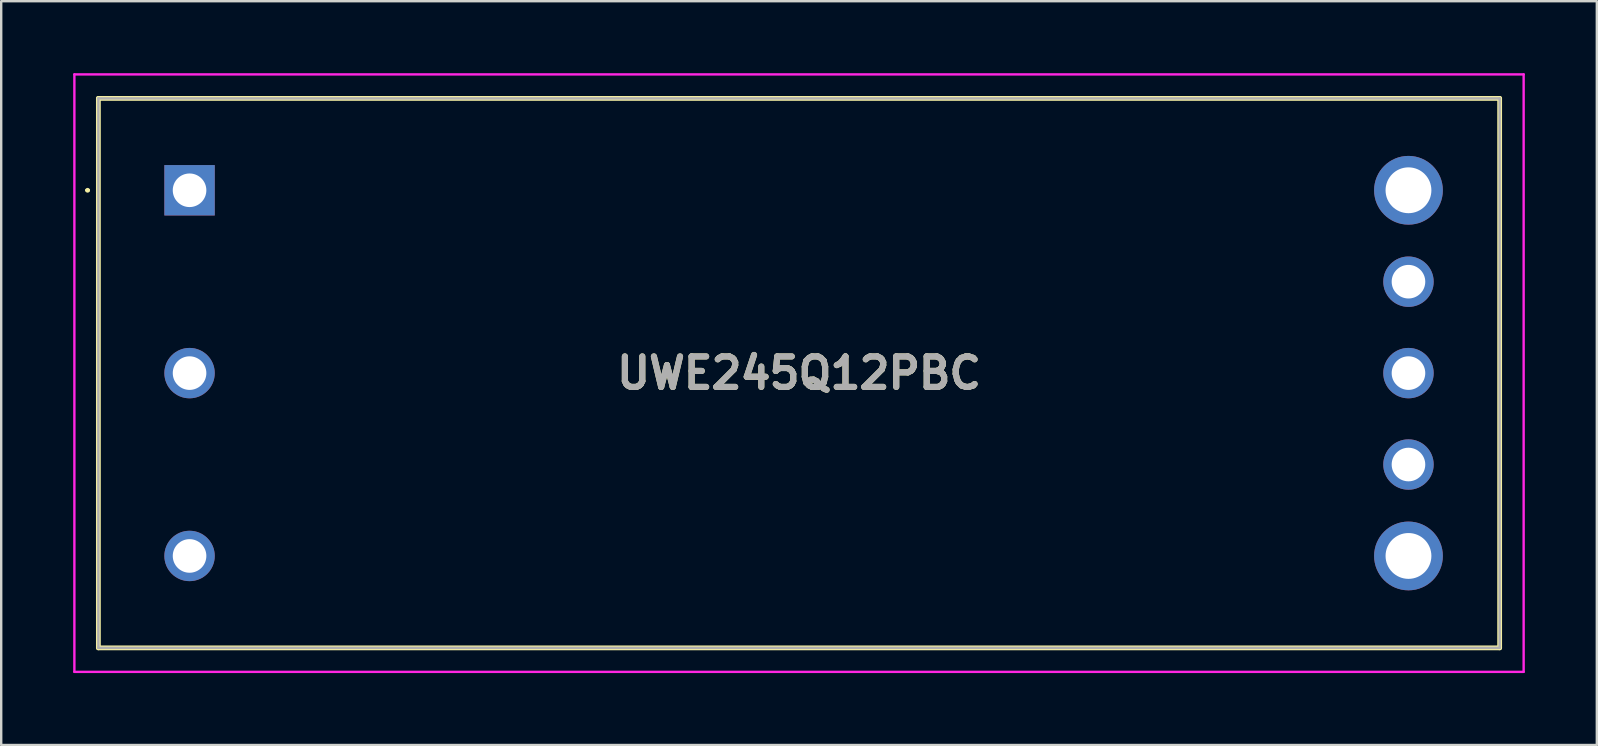
<source format=kicad_pcb>
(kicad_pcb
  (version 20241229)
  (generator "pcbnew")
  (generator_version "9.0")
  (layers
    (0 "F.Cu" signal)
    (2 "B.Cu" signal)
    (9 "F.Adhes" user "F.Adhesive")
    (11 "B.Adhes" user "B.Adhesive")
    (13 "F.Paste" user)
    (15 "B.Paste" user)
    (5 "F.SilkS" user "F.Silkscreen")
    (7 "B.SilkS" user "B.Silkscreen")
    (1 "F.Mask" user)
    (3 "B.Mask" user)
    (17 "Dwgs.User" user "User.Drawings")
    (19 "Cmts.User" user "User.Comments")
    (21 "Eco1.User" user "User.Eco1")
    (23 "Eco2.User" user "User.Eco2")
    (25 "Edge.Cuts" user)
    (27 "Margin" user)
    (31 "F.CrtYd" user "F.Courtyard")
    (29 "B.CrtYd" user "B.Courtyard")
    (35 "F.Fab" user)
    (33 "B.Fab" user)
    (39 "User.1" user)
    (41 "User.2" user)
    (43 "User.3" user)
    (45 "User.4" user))
  (footprint "UWE245Q12PBC"
    (layer "F.Cu")
    (at 4.85 4.88)
    (property "Reference" "UWE245Q12PBC" (at 25.4 7.62 0) (layer "F.SilkS") (effects (font (size 1.27 1.27) (thickness 0.254))))
    (attr through_hole)
    (fp_line (start -4.3 0) (end -4.3 0) (stroke (width 0.1) (type solid)) (layer "F.SilkS"))
    (fp_line (start -4.2 0) (end -4.2 0) (stroke (width 0.1) (type solid)) (layer "F.SilkS"))
    (fp_line (start -3.8 -3.83) (end 54.6 -3.83) (stroke (width 0.2) (type solid)) (layer "F.SilkS"))
    (fp_line (start -3.8 19.07) (end -3.8 -3.83) (stroke (width 0.2) (type solid)) (layer "F.SilkS"))
    (fp_line (start 54.6 -3.83) (end 54.6 19.07) (stroke (width 0.2) (type solid)) (layer "F.SilkS"))
    (fp_line (start 54.6 19.07) (end -3.8 19.07) (stroke (width 0.2) (type solid)) (layer "F.SilkS"))
    (fp_arc (start -4.3 0) (mid -4.25 -0.05) (end -4.2 0) (stroke (width 0.1) (type solid)) (layer "F.SilkS"))
    (fp_arc (start -4.2 0) (mid -4.25 0.05) (end -4.3 0) (stroke (width 0.1) (type solid)) (layer "F.SilkS"))
    (fp_line (start -4.8 -4.83) (end 55.6 -4.83) (stroke (width 0.1) (type solid)) (layer "F.CrtYd"))
    (fp_line (start -4.8 20.07) (end -4.8 -4.83) (stroke (width 0.1) (type solid)) (layer "F.CrtYd"))
    (fp_line (start 55.6 -4.83) (end 55.6 20.07) (stroke (width 0.1) (type solid)) (layer "F.CrtYd"))
    (fp_line (start 55.6 20.07) (end -4.8 20.07) (stroke (width 0.1) (type solid)) (layer "F.CrtYd"))
    (fp_line (start -3.8 -3.83) (end 54.6 -3.83) (stroke (width 0.1) (type solid)) (layer "F.Fab"))
    (fp_line (start -3.8 19.07) (end -3.8 -3.83) (stroke (width 0.1) (type solid)) (layer "F.Fab"))
    (fp_line (start 54.6 -3.83) (end 54.6 19.07) (stroke (width 0.1) (type solid)) (layer "F.Fab"))
    (fp_line (start 54.6 19.07) (end -3.8 19.07) (stroke (width 0.1) (type solid)) (layer "F.Fab"))
    (fp_text user "${REFERENCE}" (at 25.4 7.62 0) (layer "F.Fab") (effects (font (size 1.27 1.27) (thickness 0.254))))
    (pad "1" thru_hole rect (at 0 0) (size 2.1 2.1) (drill 1.4) (layers "*.Cu" "*.Mask"))
    (pad "2" thru_hole circle (at 0 7.62) (size 2.1 2.1) (drill 1.4) (layers "*.Cu" "*.Mask"))
    (pad "3" thru_hole circle (at 0 15.24) (size 2.1 2.1) (drill 1.4) (layers "*.Cu" "*.Mask"))
    (pad "4" thru_hole circle (at 50.8 15.24) (size 2.865 2.865) (drill 1.91) (layers "*.Cu" "*.Mask"))
    (pad "5" thru_hole circle (at 50.8 11.43) (size 2.1 2.1) (drill 1.4) (layers "*.Cu" "*.Mask"))
    (pad "6" thru_hole circle (at 50.8 7.62) (size 2.1 2.1) (drill 1.4) (layers "*.Cu" "*.Mask"))
    (pad "7" thru_hole circle (at 50.8 3.81) (size 2.1 2.1) (drill 1.4) (layers "*.Cu" "*.Mask"))
    (pad "8" thru_hole circle (at 50.8 0) (size 2.865 2.865) (drill 1.91) (layers "*.Cu" "*.Mask")))
  (gr_rect
    (start -3 -3)
    (end 63.5 28)
    (stroke (width 0.1) (type default))
    (fill no)
    (layer "Edge.Cuts")))
</source>
